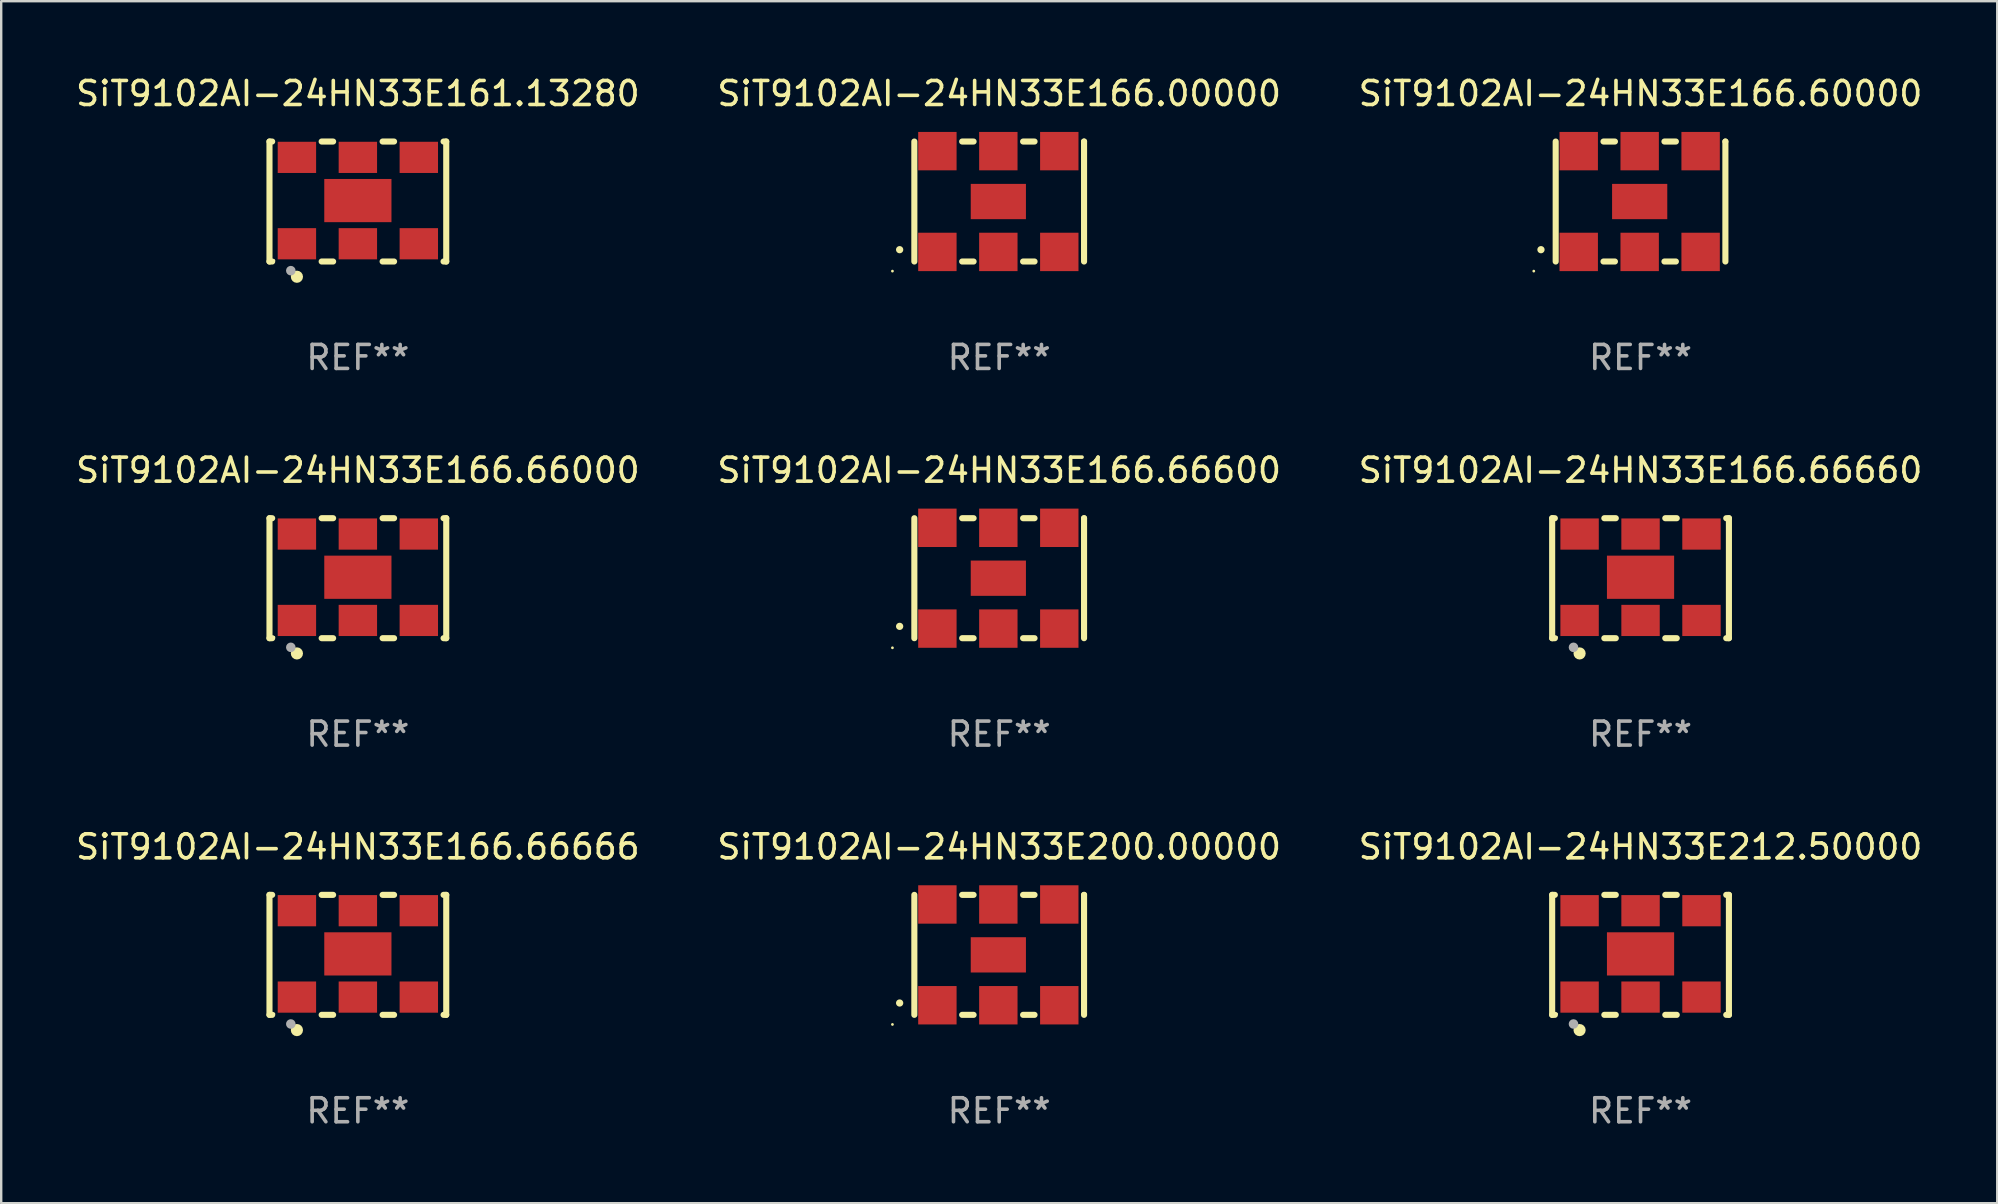
<source format=kicad_pcb>
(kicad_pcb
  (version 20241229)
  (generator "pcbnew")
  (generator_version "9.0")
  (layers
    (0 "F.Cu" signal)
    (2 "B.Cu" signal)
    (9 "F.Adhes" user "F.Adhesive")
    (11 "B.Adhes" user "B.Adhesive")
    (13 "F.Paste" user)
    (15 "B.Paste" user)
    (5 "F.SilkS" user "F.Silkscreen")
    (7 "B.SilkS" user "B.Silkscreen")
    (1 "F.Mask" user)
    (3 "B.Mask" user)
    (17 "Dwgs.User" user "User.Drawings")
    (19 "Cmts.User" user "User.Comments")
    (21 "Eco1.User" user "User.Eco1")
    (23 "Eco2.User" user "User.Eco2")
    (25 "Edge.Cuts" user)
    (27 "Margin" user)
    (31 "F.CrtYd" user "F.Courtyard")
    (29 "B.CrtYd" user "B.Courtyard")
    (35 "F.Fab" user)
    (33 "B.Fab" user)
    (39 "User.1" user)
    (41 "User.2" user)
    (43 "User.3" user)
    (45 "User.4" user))
  (footprint "SiT9102AI-24HN33E161.13280"
    (layer "F.Cu")
    (at 11.863 5.348)
    (property "Reference" "SiT9102AI-24HN33E161.13280" (at 0 -4.5 0) (layer "F.SilkS") (effects (font (size 1 1) (thickness 0.15))))
    (attr through_hole)
    (fp_line (start -3.683 -2.5) (end -3.571 -2.5) (stroke (width 0.254) (type solid)) (layer "F.SilkS"))
    (fp_line (start -3.683 2.5) (end -3.683 -2.5) (stroke (width 0.254) (type solid)) (layer "F.SilkS"))
    (fp_line (start -3.683 2.5) (end -3.571 2.5) (stroke (width 0.254) (type solid)) (layer "F.SilkS"))
    (fp_line (start -1.509 -2.5) (end -1.031 -2.5) (stroke (width 0.254) (type solid)) (layer "F.SilkS"))
    (fp_line (start -1.509 2.5) (end -1.031 2.5) (stroke (width 0.254) (type solid)) (layer "F.SilkS"))
    (fp_line (start 1.031 -2.5) (end 1.509 -2.5) (stroke (width 0.254) (type solid)) (layer "F.SilkS"))
    (fp_line (start 1.031 2.5) (end 1.509 2.5) (stroke (width 0.254) (type solid)) (layer "F.SilkS"))
    (fp_line (start 3.571 -2.5) (end 3.683 -2.5) (stroke (width 0.254) (type solid)) (layer "F.SilkS"))
    (fp_line (start 3.571 2.5) (end 3.683 2.5) (stroke (width 0.254) (type solid)) (layer "F.SilkS"))
    (fp_line (start 3.683 2.5) (end 3.683 -2.5) (stroke (width 0.254) (type solid)) (layer "F.SilkS"))
    (fp_circle (center -3.5 2.46) (end -3.47 2.46) (stroke (width 0.06) (type solid)) (fill no) (layer "F.SilkS"))
    (fp_circle (center -2.54 3.135) (end -2.413 3.135) (stroke (width 0.254) (type solid)) (fill no) (layer "F.SilkS"))
    (fp_circle (center -2.794 2.881) (end -2.694 2.881) (stroke (width 0.2) (type solid)) (fill no) (layer "F.Fab"))
    (fp_text user "REF**" (at 0 6.5 0) (layer "F.Fab") (effects (font (size 1 1) (thickness 0.15))))
    (pad "1" smd rect (at -2.54 1.76) (size 1.6 1.3) (layers "F.Cu" "F.Mask" "F.Paste"))
    (pad "2" smd rect (at 0 1.76) (size 1.6 1.3) (layers "F.Cu" "F.Mask" "F.Paste"))
    (pad "3" smd rect (at 2.54 1.76) (size 1.6 1.3) (layers "F.Cu" "F.Mask" "F.Paste"))
    (pad "4" smd rect (at 2.54 -1.84) (size 1.6 1.3) (layers "F.Cu" "F.Mask" "F.Paste"))
    (pad "5" smd rect (at 0 -1.84) (size 1.6 1.3) (layers "F.Cu" "F.Mask" "F.Paste"))
    (pad "6" smd rect (at -2.54 -1.84) (size 1.6 1.3) (layers "F.Cu" "F.Mask" "F.Paste"))
    (pad "7" smd rect (at 0 -0.04) (size 2.8 1.8) (layers "F.Cu" "F.Mask" "F.Paste")))
  (footprint "SiT9102AI-24HN33E212.50000"
    (layer "F.Cu")
    (at 65.315 36.741)
    (property "Reference" "SiT9102AI-24HN33E212.50000" (at 0 -4.5 0) (layer "F.SilkS") (effects (font (size 1 1) (thickness 0.15))))
    (attr through_hole)
    (fp_line (start -3.683 -2.5) (end -3.571 -2.5) (stroke (width 0.254) (type solid)) (layer "F.SilkS"))
    (fp_line (start -3.683 2.5) (end -3.683 -2.5) (stroke (width 0.254) (type solid)) (layer "F.SilkS"))
    (fp_line (start -3.683 2.5) (end -3.571 2.5) (stroke (width 0.254) (type solid)) (layer "F.SilkS"))
    (fp_line (start -1.509 -2.5) (end -1.031 -2.5) (stroke (width 0.254) (type solid)) (layer "F.SilkS"))
    (fp_line (start -1.509 2.5) (end -1.031 2.5) (stroke (width 0.254) (type solid)) (layer "F.SilkS"))
    (fp_line (start 1.031 -2.5) (end 1.509 -2.5) (stroke (width 0.254) (type solid)) (layer "F.SilkS"))
    (fp_line (start 1.031 2.5) (end 1.509 2.5) (stroke (width 0.254) (type solid)) (layer "F.SilkS"))
    (fp_line (start 3.571 -2.5) (end 3.683 -2.5) (stroke (width 0.254) (type solid)) (layer "F.SilkS"))
    (fp_line (start 3.571 2.5) (end 3.683 2.5) (stroke (width 0.254) (type solid)) (layer "F.SilkS"))
    (fp_line (start 3.683 2.5) (end 3.683 -2.5) (stroke (width 0.254) (type solid)) (layer "F.SilkS"))
    (fp_circle (center -3.5 2.46) (end -3.47 2.46) (stroke (width 0.06) (type solid)) (fill no) (layer "F.SilkS"))
    (fp_circle (center -2.54 3.135) (end -2.413 3.135) (stroke (width 0.254) (type solid)) (fill no) (layer "F.SilkS"))
    (fp_circle (center -2.794 2.881) (end -2.694 2.881) (stroke (width 0.2) (type solid)) (fill no) (layer "F.Fab"))
    (fp_text user "REF**" (at 0 6.5 0) (layer "F.Fab") (effects (font (size 1 1) (thickness 0.15))))
    (pad "1" smd rect (at -2.54 1.76) (size 1.6 1.3) (layers "F.Cu" "F.Mask" "F.Paste"))
    (pad "2" smd rect (at 0 1.76) (size 1.6 1.3) (layers "F.Cu" "F.Mask" "F.Paste"))
    (pad "3" smd rect (at 2.54 1.76) (size 1.6 1.3) (layers "F.Cu" "F.Mask" "F.Paste"))
    (pad "4" smd rect (at 2.54 -1.84) (size 1.6 1.3) (layers "F.Cu" "F.Mask" "F.Paste"))
    (pad "5" smd rect (at 0 -1.84) (size 1.6 1.3) (layers "F.Cu" "F.Mask" "F.Paste"))
    (pad "6" smd rect (at -2.54 -1.84) (size 1.6 1.3) (layers "F.Cu" "F.Mask" "F.Paste"))
    (pad "7" smd rect (at 0 -0.04) (size 2.8 1.8) (layers "F.Cu" "F.Mask" "F.Paste")))
  (footprint "SiT9102AI-24HN33E166.66660"
    (layer "F.Cu")
    (at 65.315 21.045)
    (property "Reference" "SiT9102AI-24HN33E166.66660" (at 0 -4.5 0) (layer "F.SilkS") (effects (font (size 1 1) (thickness 0.15))))
    (attr through_hole)
    (fp_line (start -3.683 -2.5) (end -3.571 -2.5) (stroke (width 0.254) (type solid)) (layer "F.SilkS"))
    (fp_line (start -3.683 2.5) (end -3.683 -2.5) (stroke (width 0.254) (type solid)) (layer "F.SilkS"))
    (fp_line (start -3.683 2.5) (end -3.571 2.5) (stroke (width 0.254) (type solid)) (layer "F.SilkS"))
    (fp_line (start -1.509 -2.5) (end -1.031 -2.5) (stroke (width 0.254) (type solid)) (layer "F.SilkS"))
    (fp_line (start -1.509 2.5) (end -1.031 2.5) (stroke (width 0.254) (type solid)) (layer "F.SilkS"))
    (fp_line (start 1.031 -2.5) (end 1.509 -2.5) (stroke (width 0.254) (type solid)) (layer "F.SilkS"))
    (fp_line (start 1.031 2.5) (end 1.509 2.5) (stroke (width 0.254) (type solid)) (layer "F.SilkS"))
    (fp_line (start 3.571 -2.5) (end 3.683 -2.5) (stroke (width 0.254) (type solid)) (layer "F.SilkS"))
    (fp_line (start 3.571 2.5) (end 3.683 2.5) (stroke (width 0.254) (type solid)) (layer "F.SilkS"))
    (fp_line (start 3.683 2.5) (end 3.683 -2.5) (stroke (width 0.254) (type solid)) (layer "F.SilkS"))
    (fp_circle (center -3.5 2.46) (end -3.47 2.46) (stroke (width 0.06) (type solid)) (fill no) (layer "F.SilkS"))
    (fp_circle (center -2.54 3.135) (end -2.413 3.135) (stroke (width 0.254) (type solid)) (fill no) (layer "F.SilkS"))
    (fp_circle (center -2.794 2.881) (end -2.694 2.881) (stroke (width 0.2) (type solid)) (fill no) (layer "F.Fab"))
    (fp_text user "REF**" (at 0 6.5 0) (layer "F.Fab") (effects (font (size 1 1) (thickness 0.15))))
    (pad "1" smd rect (at -2.54 1.76) (size 1.6 1.3) (layers "F.Cu" "F.Mask" "F.Paste"))
    (pad "2" smd rect (at 0 1.76) (size 1.6 1.3) (layers "F.Cu" "F.Mask" "F.Paste"))
    (pad "3" smd rect (at 2.54 1.76) (size 1.6 1.3) (layers "F.Cu" "F.Mask" "F.Paste"))
    (pad "4" smd rect (at 2.54 -1.84) (size 1.6 1.3) (layers "F.Cu" "F.Mask" "F.Paste"))
    (pad "5" smd rect (at 0 -1.84) (size 1.6 1.3) (layers "F.Cu" "F.Mask" "F.Paste"))
    (pad "6" smd rect (at -2.54 -1.84) (size 1.6 1.3) (layers "F.Cu" "F.Mask" "F.Paste"))
    (pad "7" smd rect (at 0 -0.04) (size 2.8 1.8) (layers "F.Cu" "F.Mask" "F.Paste")))
  (footprint "SiT9102AI-24HN33E166.60000"
    (layer "F.Cu")
    (at 65.315 5.348)
    (property "Reference" "SiT9102AI-24HN33E166.60000" (at 0 -4.5 0) (layer "F.SilkS") (effects (font (size 1 1) (thickness 0.15))))
    (attr through_hole)
    (fp_line (start -3.536 -2.5) (end -3.536 2.5) (stroke (width 0.254) (type solid)) (layer "F.SilkS"))
    (fp_line (start -1.544 2.5) (end -1.067 2.5) (stroke (width 0.254) (type solid)) (layer "F.SilkS"))
    (fp_line (start -1.067 -2.5) (end -1.544 -2.5) (stroke (width 0.254) (type solid)) (layer "F.SilkS"))
    (fp_line (start 0.996 2.5) (end 1.473 2.5) (stroke (width 0.254) (type solid)) (layer "F.SilkS"))
    (fp_line (start 1.473 -2.5) (end 0.996 -2.5) (stroke (width 0.254) (type solid)) (layer "F.SilkS"))
    (fp_line (start 3.536 -2.5) (end 3.536 -2.5) (stroke (width 0.254) (type solid)) (layer "F.SilkS"))
    (fp_line (start 3.536 2.5) (end 3.536 -2.5) (stroke (width 0.254) (type solid)) (layer "F.SilkS"))
    (fp_arc (start -4.150432 2.006604) (mid -4.149162 2.006599) (end -4.147892 2.006604) (stroke (width 0.3) (type solid)) (layer "F.SilkS"))
    (fp_circle (center -4.449 2.9) (end -4.419 2.9) (stroke (width 0.06) (type solid)) (fill no) (layer "F.SilkS"))
    (fp_text user "REF**" (at 0 6.5 0) (layer "F.Fab") (effects (font (size 1 1) (thickness 0.15))))
    (pad "1" smd rect (at -2.576 2.1) (size 1.6 1.6) (layers "F.Cu" "F.Mask" "F.Paste"))
    (pad "2" smd rect (at -0.036 2.1) (size 1.6 1.6) (layers "F.Cu" "F.Mask" "F.Paste"))
    (pad "3" smd rect (at 2.504 2.1) (size 1.6 1.6) (layers "F.Cu" "F.Mask" "F.Paste"))
    (pad "4" smd rect (at 2.504 -2.1) (size 1.6 1.6) (layers "F.Cu" "F.Mask" "F.Paste"))
    (pad "5" smd rect (at -0.036 -2.1) (size 1.6 1.6) (layers "F.Cu" "F.Mask" "F.Paste"))
    (pad "6" smd rect (at -2.576 -2.1) (size 1.6 1.6) (layers "F.Cu" "F.Mask" "F.Paste"))
    (pad "7" smd rect (at -0.036 0) (size 2.3 1.47) (layers "F.Cu" "F.Mask" "F.Paste")))
  (footprint "SiT9102AI-24HN33E166.66666"
    (layer "F.Cu")
    (at 11.863 36.741)
    (property "Reference" "SiT9102AI-24HN33E166.66666" (at 0 -4.5 0) (layer "F.SilkS") (effects (font (size 1 1) (thickness 0.15))))
    (attr through_hole)
    (fp_line (start -3.683 -2.5) (end -3.571 -2.5) (stroke (width 0.254) (type solid)) (layer "F.SilkS"))
    (fp_line (start -3.683 2.5) (end -3.683 -2.5) (stroke (width 0.254) (type solid)) (layer "F.SilkS"))
    (fp_line (start -3.683 2.5) (end -3.571 2.5) (stroke (width 0.254) (type solid)) (layer "F.SilkS"))
    (fp_line (start -1.509 -2.5) (end -1.031 -2.5) (stroke (width 0.254) (type solid)) (layer "F.SilkS"))
    (fp_line (start -1.509 2.5) (end -1.031 2.5) (stroke (width 0.254) (type solid)) (layer "F.SilkS"))
    (fp_line (start 1.031 -2.5) (end 1.509 -2.5) (stroke (width 0.254) (type solid)) (layer "F.SilkS"))
    (fp_line (start 1.031 2.5) (end 1.509 2.5) (stroke (width 0.254) (type solid)) (layer "F.SilkS"))
    (fp_line (start 3.571 -2.5) (end 3.683 -2.5) (stroke (width 0.254) (type solid)) (layer "F.SilkS"))
    (fp_line (start 3.571 2.5) (end 3.683 2.5) (stroke (width 0.254) (type solid)) (layer "F.SilkS"))
    (fp_line (start 3.683 2.5) (end 3.683 -2.5) (stroke (width 0.254) (type solid)) (layer "F.SilkS"))
    (fp_circle (center -3.5 2.46) (end -3.47 2.46) (stroke (width 0.06) (type solid)) (fill no) (layer "F.SilkS"))
    (fp_circle (center -2.54 3.135) (end -2.413 3.135) (stroke (width 0.254) (type solid)) (fill no) (layer "F.SilkS"))
    (fp_circle (center -2.794 2.881) (end -2.694 2.881) (stroke (width 0.2) (type solid)) (fill no) (layer "F.Fab"))
    (fp_text user "REF**" (at 0 6.5 0) (layer "F.Fab") (effects (font (size 1 1) (thickness 0.15))))
    (pad "1" smd rect (at -2.54 1.76) (size 1.6 1.3) (layers "F.Cu" "F.Mask" "F.Paste"))
    (pad "2" smd rect (at 0 1.76) (size 1.6 1.3) (layers "F.Cu" "F.Mask" "F.Paste"))
    (pad "3" smd rect (at 2.54 1.76) (size 1.6 1.3) (layers "F.Cu" "F.Mask" "F.Paste"))
    (pad "4" smd rect (at 2.54 -1.84) (size 1.6 1.3) (layers "F.Cu" "F.Mask" "F.Paste"))
    (pad "5" smd rect (at 0 -1.84) (size 1.6 1.3) (layers "F.Cu" "F.Mask" "F.Paste"))
    (pad "6" smd rect (at -2.54 -1.84) (size 1.6 1.3) (layers "F.Cu" "F.Mask" "F.Paste"))
    (pad "7" smd rect (at 0 -0.04) (size 2.8 1.8) (layers "F.Cu" "F.Mask" "F.Paste")))
  (footprint "SiT9102AI-24HN33E166.00000"
    (layer "F.Cu")
    (at 38.589 5.348)
    (property "Reference" "SiT9102AI-24HN33E166.00000" (at 0 -4.5 0) (layer "F.SilkS") (effects (font (size 1 1) (thickness 0.15))))
    (attr through_hole)
    (fp_line (start -3.536 -2.5) (end -3.536 2.5) (stroke (width 0.254) (type solid)) (layer "F.SilkS"))
    (fp_line (start -1.544 2.5) (end -1.067 2.5) (stroke (width 0.254) (type solid)) (layer "F.SilkS"))
    (fp_line (start -1.067 -2.5) (end -1.544 -2.5) (stroke (width 0.254) (type solid)) (layer "F.SilkS"))
    (fp_line (start 0.996 2.5) (end 1.473 2.5) (stroke (width 0.254) (type solid)) (layer "F.SilkS"))
    (fp_line (start 1.473 -2.5) (end 0.996 -2.5) (stroke (width 0.254) (type solid)) (layer "F.SilkS"))
    (fp_line (start 3.536 -2.5) (end 3.536 -2.5) (stroke (width 0.254) (type solid)) (layer "F.SilkS"))
    (fp_line (start 3.536 2.5) (end 3.536 -2.5) (stroke (width 0.254) (type solid)) (layer "F.SilkS"))
    (fp_arc (start -4.150432 2.006604) (mid -4.149162 2.006599) (end -4.147892 2.006604) (stroke (width 0.3) (type solid)) (layer "F.SilkS"))
    (fp_circle (center -4.449 2.9) (end -4.419 2.9) (stroke (width 0.06) (type solid)) (fill no) (layer "F.SilkS"))
    (fp_text user "REF**" (at 0 6.5 0) (layer "F.Fab") (effects (font (size 1 1) (thickness 0.15))))
    (pad "1" smd rect (at -2.576 2.1) (size 1.6 1.6) (layers "F.Cu" "F.Mask" "F.Paste"))
    (pad "2" smd rect (at -0.036 2.1) (size 1.6 1.6) (layers "F.Cu" "F.Mask" "F.Paste"))
    (pad "3" smd rect (at 2.504 2.1) (size 1.6 1.6) (layers "F.Cu" "F.Mask" "F.Paste"))
    (pad "4" smd rect (at 2.504 -2.1) (size 1.6 1.6) (layers "F.Cu" "F.Mask" "F.Paste"))
    (pad "5" smd rect (at -0.036 -2.1) (size 1.6 1.6) (layers "F.Cu" "F.Mask" "F.Paste"))
    (pad "6" smd rect (at -2.576 -2.1) (size 1.6 1.6) (layers "F.Cu" "F.Mask" "F.Paste"))
    (pad "7" smd rect (at -0.036 0) (size 2.3 1.47) (layers "F.Cu" "F.Mask" "F.Paste")))
  (footprint "SiT9102AI-24HN33E166.66600"
    (layer "F.Cu")
    (at 38.589 21.045)
    (property "Reference" "SiT9102AI-24HN33E166.66600" (at 0 -4.5 0) (layer "F.SilkS") (effects (font (size 1 1) (thickness 0.15))))
    (attr through_hole)
    (fp_line (start -3.536 -2.5) (end -3.536 2.5) (stroke (width 0.254) (type solid)) (layer "F.SilkS"))
    (fp_line (start -1.544 2.5) (end -1.067 2.5) (stroke (width 0.254) (type solid)) (layer "F.SilkS"))
    (fp_line (start -1.067 -2.5) (end -1.544 -2.5) (stroke (width 0.254) (type solid)) (layer "F.SilkS"))
    (fp_line (start 0.996 2.5) (end 1.473 2.5) (stroke (width 0.254) (type solid)) (layer "F.SilkS"))
    (fp_line (start 1.473 -2.5) (end 0.996 -2.5) (stroke (width 0.254) (type solid)) (layer "F.SilkS"))
    (fp_line (start 3.536 -2.5) (end 3.536 -2.5) (stroke (width 0.254) (type solid)) (layer "F.SilkS"))
    (fp_line (start 3.536 2.5) (end 3.536 -2.5) (stroke (width 0.254) (type solid)) (layer "F.SilkS"))
    (fp_arc (start -4.150432 2.006604) (mid -4.149162 2.006599) (end -4.147892 2.006604) (stroke (width 0.3) (type solid)) (layer "F.SilkS"))
    (fp_circle (center -4.449 2.9) (end -4.419 2.9) (stroke (width 0.06) (type solid)) (fill no) (layer "F.SilkS"))
    (fp_text user "REF**" (at 0 6.5 0) (layer "F.Fab") (effects (font (size 1 1) (thickness 0.15))))
    (pad "1" smd rect (at -2.576 2.1) (size 1.6 1.6) (layers "F.Cu" "F.Mask" "F.Paste"))
    (pad "2" smd rect (at -0.036 2.1) (size 1.6 1.6) (layers "F.Cu" "F.Mask" "F.Paste"))
    (pad "3" smd rect (at 2.504 2.1) (size 1.6 1.6) (layers "F.Cu" "F.Mask" "F.Paste"))
    (pad "4" smd rect (at 2.504 -2.1) (size 1.6 1.6) (layers "F.Cu" "F.Mask" "F.Paste"))
    (pad "5" smd rect (at -0.036 -2.1) (size 1.6 1.6) (layers "F.Cu" "F.Mask" "F.Paste"))
    (pad "6" smd rect (at -2.576 -2.1) (size 1.6 1.6) (layers "F.Cu" "F.Mask" "F.Paste"))
    (pad "7" smd rect (at -0.036 0) (size 2.3 1.47) (layers "F.Cu" "F.Mask" "F.Paste")))
  (footprint "SiT9102AI-24HN33E166.66000"
    (layer "F.Cu")
    (at 11.863 21.045)
    (property "Reference" "SiT9102AI-24HN33E166.66000" (at 0 -4.5 0) (layer "F.SilkS") (effects (font (size 1 1) (thickness 0.15))))
    (attr through_hole)
    (fp_line (start -3.683 -2.5) (end -3.571 -2.5) (stroke (width 0.254) (type solid)) (layer "F.SilkS"))
    (fp_line (start -3.683 2.5) (end -3.683 -2.5) (stroke (width 0.254) (type solid)) (layer "F.SilkS"))
    (fp_line (start -3.683 2.5) (end -3.571 2.5) (stroke (width 0.254) (type solid)) (layer "F.SilkS"))
    (fp_line (start -1.509 -2.5) (end -1.031 -2.5) (stroke (width 0.254) (type solid)) (layer "F.SilkS"))
    (fp_line (start -1.509 2.5) (end -1.031 2.5) (stroke (width 0.254) (type solid)) (layer "F.SilkS"))
    (fp_line (start 1.031 -2.5) (end 1.509 -2.5) (stroke (width 0.254) (type solid)) (layer "F.SilkS"))
    (fp_line (start 1.031 2.5) (end 1.509 2.5) (stroke (width 0.254) (type solid)) (layer "F.SilkS"))
    (fp_line (start 3.571 -2.5) (end 3.683 -2.5) (stroke (width 0.254) (type solid)) (layer "F.SilkS"))
    (fp_line (start 3.571 2.5) (end 3.683 2.5) (stroke (width 0.254) (type solid)) (layer "F.SilkS"))
    (fp_line (start 3.683 2.5) (end 3.683 -2.5) (stroke (width 0.254) (type solid)) (layer "F.SilkS"))
    (fp_circle (center -3.5 2.46) (end -3.47 2.46) (stroke (width 0.06) (type solid)) (fill no) (layer "F.SilkS"))
    (fp_circle (center -2.54 3.135) (end -2.413 3.135) (stroke (width 0.254) (type solid)) (fill no) (layer "F.SilkS"))
    (fp_circle (center -2.794 2.881) (end -2.694 2.881) (stroke (width 0.2) (type solid)) (fill no) (layer "F.Fab"))
    (fp_text user "REF**" (at 0 6.5 0) (layer "F.Fab") (effects (font (size 1 1) (thickness 0.15))))
    (pad "1" smd rect (at -2.54 1.76) (size 1.6 1.3) (layers "F.Cu" "F.Mask" "F.Paste"))
    (pad "2" smd rect (at 0 1.76) (size 1.6 1.3) (layers "F.Cu" "F.Mask" "F.Paste"))
    (pad "3" smd rect (at 2.54 1.76) (size 1.6 1.3) (layers "F.Cu" "F.Mask" "F.Paste"))
    (pad "4" smd rect (at 2.54 -1.84) (size 1.6 1.3) (layers "F.Cu" "F.Mask" "F.Paste"))
    (pad "5" smd rect (at 0 -1.84) (size 1.6 1.3) (layers "F.Cu" "F.Mask" "F.Paste"))
    (pad "6" smd rect (at -2.54 -1.84) (size 1.6 1.3) (layers "F.Cu" "F.Mask" "F.Paste"))
    (pad "7" smd rect (at 0 -0.04) (size 2.8 1.8) (layers "F.Cu" "F.Mask" "F.Paste")))
  (footprint "SiT9102AI-24HN33E200.00000"
    (layer "F.Cu")
    (at 38.589 36.741)
    (property "Reference" "SiT9102AI-24HN33E200.00000" (at 0 -4.5 0) (layer "F.SilkS") (effects (font (size 1 1) (thickness 0.15))))
    (attr through_hole)
    (fp_line (start -3.536 -2.5) (end -3.536 2.5) (stroke (width 0.254) (type solid)) (layer "F.SilkS"))
    (fp_line (start -1.544 2.5) (end -1.067 2.5) (stroke (width 0.254) (type solid)) (layer "F.SilkS"))
    (fp_line (start -1.067 -2.5) (end -1.544 -2.5) (stroke (width 0.254) (type solid)) (layer "F.SilkS"))
    (fp_line (start 0.996 2.5) (end 1.473 2.5) (stroke (width 0.254) (type solid)) (layer "F.SilkS"))
    (fp_line (start 1.473 -2.5) (end 0.996 -2.5) (stroke (width 0.254) (type solid)) (layer "F.SilkS"))
    (fp_line (start 3.536 -2.5) (end 3.536 -2.5) (stroke (width 0.254) (type solid)) (layer "F.SilkS"))
    (fp_line (start 3.536 2.5) (end 3.536 -2.5) (stroke (width 0.254) (type solid)) (layer "F.SilkS"))
    (fp_arc (start -4.150432 2.006604) (mid -4.149162 2.006599) (end -4.147892 2.006604) (stroke (width 0.3) (type solid)) (layer "F.SilkS"))
    (fp_circle (center -4.449 2.9) (end -4.419 2.9) (stroke (width 0.06) (type solid)) (fill no) (layer "F.SilkS"))
    (fp_text user "REF**" (at 0 6.5 0) (layer "F.Fab") (effects (font (size 1 1) (thickness 0.15))))
    (pad "1" smd rect (at -2.576 2.1) (size 1.6 1.6) (layers "F.Cu" "F.Mask" "F.Paste"))
    (pad "2" smd rect (at -0.036 2.1) (size 1.6 1.6) (layers "F.Cu" "F.Mask" "F.Paste"))
    (pad "3" smd rect (at 2.504 2.1) (size 1.6 1.6) (layers "F.Cu" "F.Mask" "F.Paste"))
    (pad "4" smd rect (at 2.504 -2.1) (size 1.6 1.6) (layers "F.Cu" "F.Mask" "F.Paste"))
    (pad "5" smd rect (at -0.036 -2.1) (size 1.6 1.6) (layers "F.Cu" "F.Mask" "F.Paste"))
    (pad "6" smd rect (at -2.576 -2.1) (size 1.6 1.6) (layers "F.Cu" "F.Mask" "F.Paste"))
    (pad "7" smd rect (at -0.036 0) (size 2.3 1.47) (layers "F.Cu" "F.Mask" "F.Paste")))
  (gr_rect
    (start -3 -3)
    (end 80.179 47.09)
    (stroke (width 0.1) (type default))
    (fill no)
    (layer "Edge.Cuts")))
</source>
